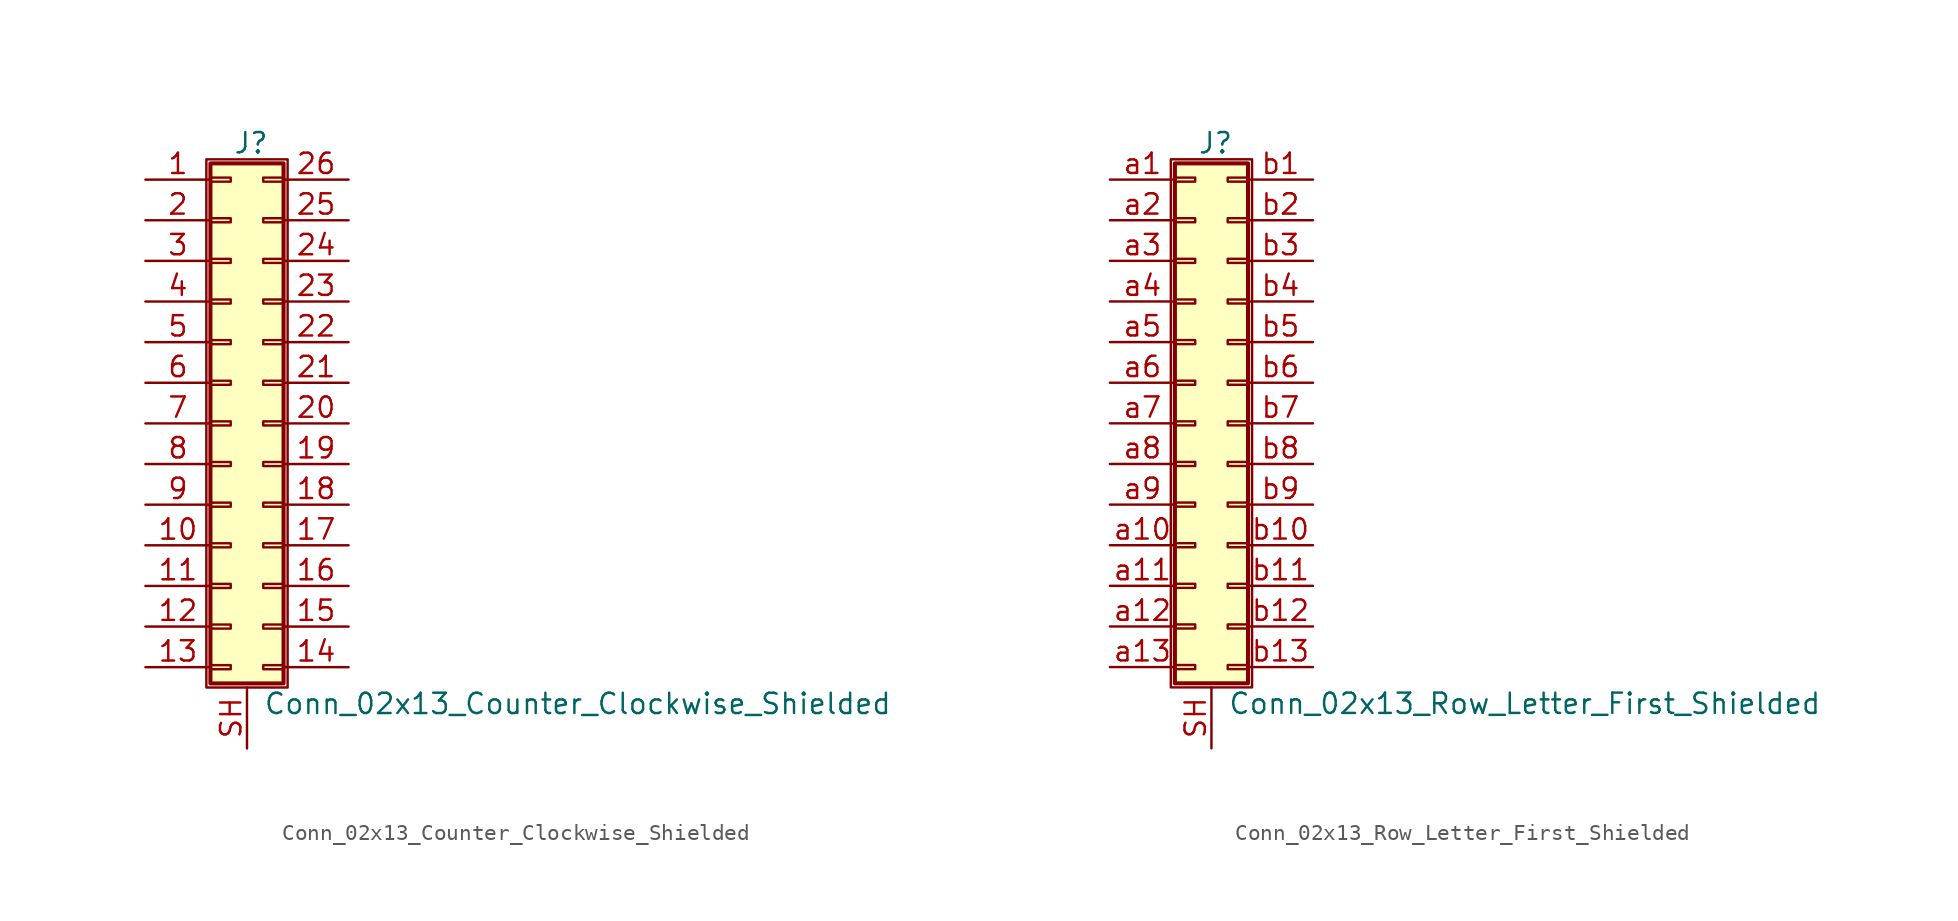
<source format=kicad_sym>
(kicad_symbol_lib
  (version 20201005)
  (generator kicad_symbol_editor)
  (symbol "Conn_02x13_Counter_Clockwise_Shielded"
    (pin_names
      (offset 1.016) hide)
    (property "Reference" "J"
      (at 1.524 17.526 0)
      (effects (font (size 1.27 1.27))))
    (property "Value" "Conn_02x13_Counter_Clockwise_Shielded"
      (at 2.286 -17.526 0)
      (effects (font (size 1.27 1.27)) (justify left)))
    (symbol "Conn_02x13_Counter_Clockwise_Shielded_1_1"
      (rectangle (start -1.27 16.51) (end 3.81 -16.51) (stroke (width 0.152)) (fill (type none)))
      (rectangle (start -1.016 -15.113) (end 0.254 -15.367) (stroke (width 0.152)) (fill (type none)))
      (rectangle (start -1.016 -12.573) (end 0.254 -12.827) (stroke (width 0.152)) (fill (type none)))
      (rectangle (start -1.016 -10.033) (end 0.254 -10.287) (stroke (width 0.152)) (fill (type none)))
      (rectangle (start -1.016 -7.493) (end 0.254 -7.747) (stroke (width 0.152)) (fill (type none)))
      (rectangle (start -1.016 -4.953) (end 0.254 -5.207) (stroke (width 0.152)) (fill (type none)))
      (rectangle (start -1.016 -2.413) (end 0.254 -2.667) (stroke (width 0.152)) (fill (type none)))
      (rectangle (start -1.016 0.127) (end 0.254 -0.127) (stroke (width 0.152)) (fill (type none)))
      (rectangle (start -1.016 2.667) (end 0.254 2.413) (stroke (width 0.152)) (fill (type none)))
      (rectangle (start -1.016 5.207) (end 0.254 4.953) (stroke (width 0.152)) (fill (type none)))
      (rectangle (start -1.016 7.747) (end 0.254 7.493) (stroke (width 0.152)) (fill (type none)))
      (rectangle (start -1.016 10.287) (end 0.254 10.033) (stroke (width 0.152)) (fill (type none)))
      (rectangle (start -1.016 12.827) (end 0.254 12.573) (stroke (width 0.152)) (fill (type none)))
      (rectangle (start -1.016 15.367) (end 0.254 15.113) (stroke (width 0.152)) (fill (type none)))
      (rectangle (start 3.556 -15.113) (end 2.286 -15.367) (stroke (width 0.152)) (fill (type none)))
      (rectangle (start 3.556 -12.573) (end 2.286 -12.827) (stroke (width 0.152)) (fill (type none)))
      (rectangle (start 3.556 -10.033) (end 2.286 -10.287) (stroke (width 0.152)) (fill (type none)))
      (rectangle (start 3.556 -7.493) (end 2.286 -7.747) (stroke (width 0.152)) (fill (type none)))
      (rectangle (start 3.556 -4.953) (end 2.286 -5.207) (stroke (width 0.152)) (fill (type none)))
      (rectangle (start 3.556 -2.413) (end 2.286 -2.667) (stroke (width 0.152)) (fill (type none)))
      (rectangle (start 3.556 0.127) (end 2.286 -0.127) (stroke (width 0.152)) (fill (type none)))
      (rectangle (start 3.556 2.667) (end 2.286 2.413) (stroke (width 0.152)) (fill (type none)))
      (rectangle (start 3.556 5.207) (end 2.286 4.953) (stroke (width 0.152)) (fill (type none)))
      (rectangle (start 3.556 7.747) (end 2.286 7.493) (stroke (width 0.152)) (fill (type none)))
      (rectangle (start 3.556 10.287) (end 2.286 10.033) (stroke (width 0.152)) (fill (type none)))
      (rectangle (start 3.556 12.827) (end 2.286 12.573) (stroke (width 0.152)) (fill (type none)))
      (rectangle (start 3.556 15.367) (end 2.286 15.113) (stroke (width 0.152)) (fill (type none)))
      (rectangle (start -1.016 16.256) (end 3.556 -16.256) (stroke (width 0.254)) (fill (type background)))
      (pin passive line (at -5.08 15.24 0) (length 4.064) (name "Pin_1" (effects (font (size 1.27 1.27)))) (number "1" (effects (font (size 1.27 1.27)))))
      (pin passive line (at -5.08 -7.62 0) (length 4.064) (name "Pin_10" (effects (font (size 1.27 1.27)))) (number "10" (effects (font (size 1.27 1.27)))))
      (pin passive line (at -5.08 -10.16 0) (length 4.064) (name "Pin_11" (effects (font (size 1.27 1.27)))) (number "11" (effects (font (size 1.27 1.27)))))
      (pin passive line (at -5.08 -12.7 0) (length 4.064) (name "Pin_12" (effects (font (size 1.27 1.27)))) (number "12" (effects (font (size 1.27 1.27)))))
      (pin passive line (at -5.08 -15.24 0) (length 4.064) (name "Pin_13" (effects (font (size 1.27 1.27)))) (number "13" (effects (font (size 1.27 1.27)))))
      (pin passive line (at 7.62 -15.24 180) (length 4.064) (name "Pin_14" (effects (font (size 1.27 1.27)))) (number "14" (effects (font (size 1.27 1.27)))))
      (pin passive line (at 7.62 -12.7 180) (length 4.064) (name "Pin_15" (effects (font (size 1.27 1.27)))) (number "15" (effects (font (size 1.27 1.27)))))
      (pin passive line (at 7.62 -10.16 180) (length 4.064) (name "Pin_16" (effects (font (size 1.27 1.27)))) (number "16" (effects (font (size 1.27 1.27)))))
      (pin passive line (at 7.62 -7.62 180) (length 4.064) (name "Pin_17" (effects (font (size 1.27 1.27)))) (number "17" (effects (font (size 1.27 1.27)))))
      (pin passive line (at 7.62 -5.08 180) (length 4.064) (name "Pin_18" (effects (font (size 1.27 1.27)))) (number "18" (effects (font (size 1.27 1.27)))))
      (pin passive line (at 7.62 -2.54 180) (length 4.064) (name "Pin_19" (effects (font (size 1.27 1.27)))) (number "19" (effects (font (size 1.27 1.27)))))
      (pin passive line (at -5.08 12.7 0) (length 4.064) (name "Pin_2" (effects (font (size 1.27 1.27)))) (number "2" (effects (font (size 1.27 1.27)))))
      (pin passive line (at 7.62 0 180) (length 4.064) (name "Pin_20" (effects (font (size 1.27 1.27)))) (number "20" (effects (font (size 1.27 1.27)))))
      (pin passive line (at 7.62 2.54 180) (length 4.064) (name "Pin_21" (effects (font (size 1.27 1.27)))) (number "21" (effects (font (size 1.27 1.27)))))
      (pin passive line (at 7.62 5.08 180) (length 4.064) (name "Pin_22" (effects (font (size 1.27 1.27)))) (number "22" (effects (font (size 1.27 1.27)))))
      (pin passive line (at 7.62 7.62 180) (length 4.064) (name "Pin_23" (effects (font (size 1.27 1.27)))) (number "23" (effects (font (size 1.27 1.27)))))
      (pin passive line (at 7.62 10.16 180) (length 4.064) (name "Pin_24" (effects (font (size 1.27 1.27)))) (number "24" (effects (font (size 1.27 1.27)))))
      (pin passive line (at 7.62 12.7 180) (length 4.064) (name "Pin_25" (effects (font (size 1.27 1.27)))) (number "25" (effects (font (size 1.27 1.27)))))
      (pin passive line (at 7.62 15.24 180) (length 4.064) (name "Pin_26" (effects (font (size 1.27 1.27)))) (number "26" (effects (font (size 1.27 1.27)))))
      (pin passive line (at -5.08 10.16 0) (length 4.064) (name "Pin_3" (effects (font (size 1.27 1.27)))) (number "3" (effects (font (size 1.27 1.27)))))
      (pin passive line (at -5.08 7.62 0) (length 4.064) (name "Pin_4" (effects (font (size 1.27 1.27)))) (number "4" (effects (font (size 1.27 1.27)))))
      (pin passive line (at -5.08 5.08 0) (length 4.064) (name "Pin_5" (effects (font (size 1.27 1.27)))) (number "5" (effects (font (size 1.27 1.27)))))
      (pin passive line (at -5.08 2.54 0) (length 4.064) (name "Pin_6" (effects (font (size 1.27 1.27)))) (number "6" (effects (font (size 1.27 1.27)))))
      (pin passive line (at -5.08 0 0) (length 4.064) (name "Pin_7" (effects (font (size 1.27 1.27)))) (number "7" (effects (font (size 1.27 1.27)))))
      (pin passive line (at -5.08 -2.54 0) (length 4.064) (name "Pin_8" (effects (font (size 1.27 1.27)))) (number "8" (effects (font (size 1.27 1.27)))))
      (pin passive line (at -5.08 -5.08 0) (length 4.064) (name "Pin_9" (effects (font (size 1.27 1.27)))) (number "9" (effects (font (size 1.27 1.27)))))
      (pin passive line (at 1.27 -20.32 90) (length 3.81) (name "Shield" (effects (font (size 1.27 1.27)))) (number "SH" (effects (font (size 1.27 1.27)))))))
  (symbol "Conn_02x13_Row_Letter_First_Shielded"
    (pin_names
      (offset 1.016) hide)
    (property "Reference" "J"
      (at 1.524 17.526 0)
      (effects (font (size 1.27 1.27))))
    (property "Value" "Conn_02x13_Row_Letter_First_Shielded"
      (at 2.286 -17.526 0)
      (effects (font (size 1.27 1.27)) (justify left)))
    (symbol "Conn_02x13_Row_Letter_First_Shielded_1_1"
      (rectangle (start -1.27 16.51) (end 3.81 -16.51) (stroke (width 0.152)) (fill (type none)))
      (rectangle (start -1.016 -15.113) (end 0.254 -15.367) (stroke (width 0.152)) (fill (type none)))
      (rectangle (start -1.016 -12.573) (end 0.254 -12.827) (stroke (width 0.152)) (fill (type none)))
      (rectangle (start -1.016 -10.033) (end 0.254 -10.287) (stroke (width 0.152)) (fill (type none)))
      (rectangle (start -1.016 -7.493) (end 0.254 -7.747) (stroke (width 0.152)) (fill (type none)))
      (rectangle (start -1.016 -4.953) (end 0.254 -5.207) (stroke (width 0.152)) (fill (type none)))
      (rectangle (start -1.016 -2.413) (end 0.254 -2.667) (stroke (width 0.152)) (fill (type none)))
      (rectangle (start -1.016 0.127) (end 0.254 -0.127) (stroke (width 0.152)) (fill (type none)))
      (rectangle (start -1.016 2.667) (end 0.254 2.413) (stroke (width 0.152)) (fill (type none)))
      (rectangle (start -1.016 5.207) (end 0.254 4.953) (stroke (width 0.152)) (fill (type none)))
      (rectangle (start -1.016 7.747) (end 0.254 7.493) (stroke (width 0.152)) (fill (type none)))
      (rectangle (start -1.016 10.287) (end 0.254 10.033) (stroke (width 0.152)) (fill (type none)))
      (rectangle (start -1.016 12.827) (end 0.254 12.573) (stroke (width 0.152)) (fill (type none)))
      (rectangle (start -1.016 15.367) (end 0.254 15.113) (stroke (width 0.152)) (fill (type none)))
      (rectangle (start 3.556 -15.113) (end 2.286 -15.367) (stroke (width 0.152)) (fill (type none)))
      (rectangle (start 3.556 -12.573) (end 2.286 -12.827) (stroke (width 0.152)) (fill (type none)))
      (rectangle (start 3.556 -10.033) (end 2.286 -10.287) (stroke (width 0.152)) (fill (type none)))
      (rectangle (start 3.556 -7.493) (end 2.286 -7.747) (stroke (width 0.152)) (fill (type none)))
      (rectangle (start 3.556 -4.953) (end 2.286 -5.207) (stroke (width 0.152)) (fill (type none)))
      (rectangle (start 3.556 -2.413) (end 2.286 -2.667) (stroke (width 0.152)) (fill (type none)))
      (rectangle (start 3.556 0.127) (end 2.286 -0.127) (stroke (width 0.152)) (fill (type none)))
      (rectangle (start 3.556 2.667) (end 2.286 2.413) (stroke (width 0.152)) (fill (type none)))
      (rectangle (start 3.556 5.207) (end 2.286 4.953) (stroke (width 0.152)) (fill (type none)))
      (rectangle (start 3.556 7.747) (end 2.286 7.493) (stroke (width 0.152)) (fill (type none)))
      (rectangle (start 3.556 10.287) (end 2.286 10.033) (stroke (width 0.152)) (fill (type none)))
      (rectangle (start 3.556 12.827) (end 2.286 12.573) (stroke (width 0.152)) (fill (type none)))
      (rectangle (start 3.556 15.367) (end 2.286 15.113) (stroke (width 0.152)) (fill (type none)))
      (rectangle (start -1.016 16.256) (end 3.556 -16.256) (stroke (width 0.254)) (fill (type background)))
      (pin passive line (at 1.27 -20.32 90) (length 3.81) (name "Shield" (effects (font (size 1.27 1.27)))) (number "SH" (effects (font (size 1.27 1.27)))))
      (pin passive line (at -5.08 15.24 0) (length 4.064) (name "Pin_a1" (effects (font (size 1.27 1.27)))) (number "a1" (effects (font (size 1.27 1.27)))))
      (pin passive line (at -5.08 -7.62 0) (length 4.064) (name "Pin_a10" (effects (font (size 1.27 1.27)))) (number "a10" (effects (font (size 1.27 1.27)))))
      (pin passive line (at -5.08 -10.16 0) (length 4.064) (name "Pin_a11" (effects (font (size 1.27 1.27)))) (number "a11" (effects (font (size 1.27 1.27)))))
      (pin passive line (at -5.08 -12.7 0) (length 4.064) (name "Pin_a12" (effects (font (size 1.27 1.27)))) (number "a12" (effects (font (size 1.27 1.27)))))
      (pin passive line (at -5.08 -15.24 0) (length 4.064) (name "Pin_a13" (effects (font (size 1.27 1.27)))) (number "a13" (effects (font (size 1.27 1.27)))))
      (pin passive line (at -5.08 12.7 0) (length 4.064) (name "Pin_a2" (effects (font (size 1.27 1.27)))) (number "a2" (effects (font (size 1.27 1.27)))))
      (pin passive line (at -5.08 10.16 0) (length 4.064) (name "Pin_a3" (effects (font (size 1.27 1.27)))) (number "a3" (effects (font (size 1.27 1.27)))))
      (pin passive line (at -5.08 7.62 0) (length 4.064) (name "Pin_a4" (effects (font (size 1.27 1.27)))) (number "a4" (effects (font (size 1.27 1.27)))))
      (pin passive line (at -5.08 5.08 0) (length 4.064) (name "Pin_a5" (effects (font (size 1.27 1.27)))) (number "a5" (effects (font (size 1.27 1.27)))))
      (pin passive line (at -5.08 2.54 0) (length 4.064) (name "Pin_a6" (effects (font (size 1.27 1.27)))) (number "a6" (effects (font (size 1.27 1.27)))))
      (pin passive line (at -5.08 0 0) (length 4.064) (name "Pin_a7" (effects (font (size 1.27 1.27)))) (number "a7" (effects (font (size 1.27 1.27)))))
      (pin passive line (at -5.08 -2.54 0) (length 4.064) (name "Pin_a8" (effects (font (size 1.27 1.27)))) (number "a8" (effects (font (size 1.27 1.27)))))
      (pin passive line (at -5.08 -5.08 0) (length 4.064) (name "Pin_a9" (effects (font (size 1.27 1.27)))) (number "a9" (effects (font (size 1.27 1.27)))))
      (pin passive line (at 7.62 15.24 180) (length 4.064) (name "Pin_b1" (effects (font (size 1.27 1.27)))) (number "b1" (effects (font (size 1.27 1.27)))))
      (pin passive line (at 7.62 -7.62 180) (length 4.064) (name "Pin_b10" (effects (font (size 1.27 1.27)))) (number "b10" (effects (font (size 1.27 1.27)))))
      (pin passive line (at 7.62 -10.16 180) (length 4.064) (name "Pin_b11" (effects (font (size 1.27 1.27)))) (number "b11" (effects (font (size 1.27 1.27)))))
      (pin passive line (at 7.62 -12.7 180) (length 4.064) (name "Pin_b12" (effects (font (size 1.27 1.27)))) (number "b12" (effects (font (size 1.27 1.27)))))
      (pin passive line (at 7.62 -15.24 180) (length 4.064) (name "Pin_b13" (effects (font (size 1.27 1.27)))) (number "b13" (effects (font (size 1.27 1.27)))))
      (pin passive line (at 7.62 12.7 180) (length 4.064) (name "Pin_b2" (effects (font (size 1.27 1.27)))) (number "b2" (effects (font (size 1.27 1.27)))))
      (pin passive line (at 7.62 10.16 180) (length 4.064) (name "Pin_b3" (effects (font (size 1.27 1.27)))) (number "b3" (effects (font (size 1.27 1.27)))))
      (pin passive line (at 7.62 7.62 180) (length 4.064) (name "Pin_b4" (effects (font (size 1.27 1.27)))) (number "b4" (effects (font (size 1.27 1.27)))))
      (pin passive line (at 7.62 5.08 180) (length 4.064) (name "Pin_b5" (effects (font (size 1.27 1.27)))) (number "b5" (effects (font (size 1.27 1.27)))))
      (pin passive line (at 7.62 2.54 180) (length 4.064) (name "Pin_b6" (effects (font (size 1.27 1.27)))) (number "b6" (effects (font (size 1.27 1.27)))))
      (pin passive line (at 7.62 0 180) (length 4.064) (name "Pin_b7" (effects (font (size 1.27 1.27)))) (number "b7" (effects (font (size 1.27 1.27)))))
      (pin passive line (at 7.62 -2.54 180) (length 4.064) (name "Pin_b8" (effects (font (size 1.27 1.27)))) (number "b8" (effects (font (size 1.27 1.27)))))
      (pin passive line (at 7.62 -5.08 180) (length 4.064) (name "Pin_b9" (effects (font (size 1.27 1.27)))) (number "b9" (effects (font (size 1.27 1.27))))))))
</source>
